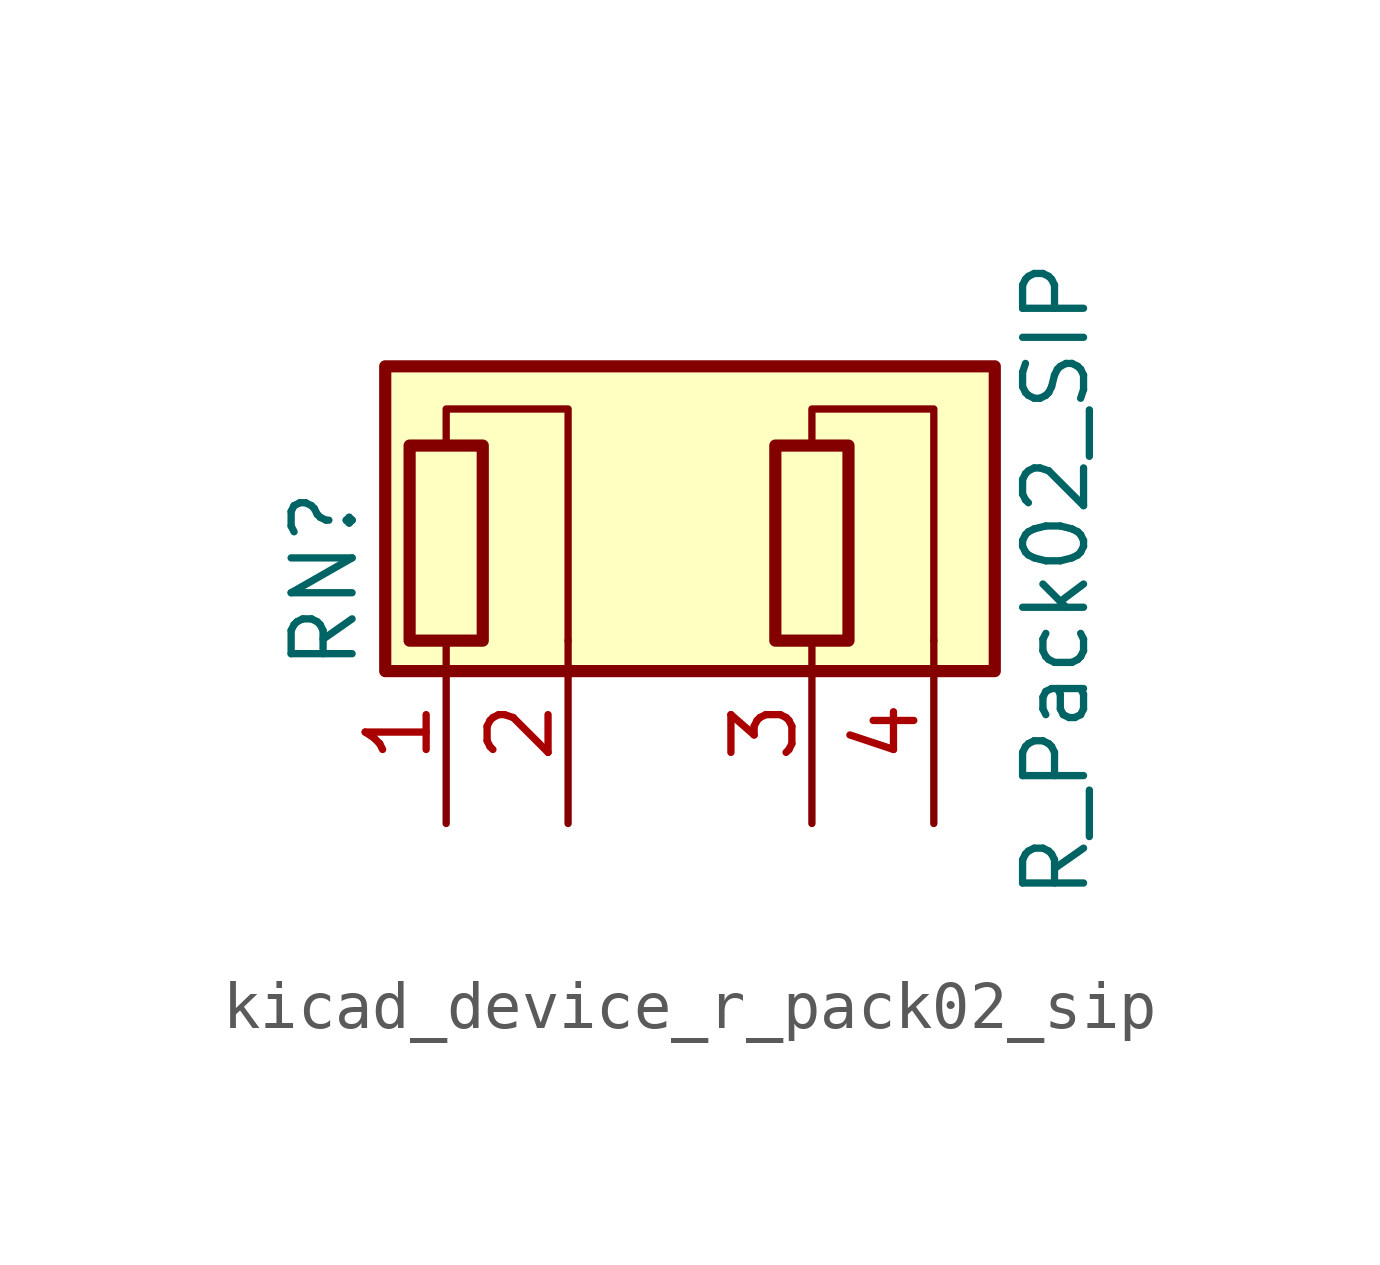
<source format=kicad_sym>
(kicad_symbol_lib
  (version 20220914)
  (generator kicad_symbol_editor)
  (symbol "kicad_device_r_pack02_sip"
    (pin_names
      (offset 0) hide)
    (property "Reference" "RN"
      (at -7.62 0 90)
      (effects (font (size 1.27 1.27))))
    (property "Value" "R_Pack02_SIP"
      (at 7.62 0 90)
      (effects (font (size 1.27 1.27))))
    (symbol "kicad_device_r_pack02_sip_0_1"
      (rectangle (start -6.35 -1.905) (end 6.35 4.445) (stroke (width 0.254) (type default)) (fill (type background)))
      (rectangle (start -5.842 2.794) (end -4.318 -1.27) (stroke (width 0.254) (type default)) (fill (type none)))
      (polyline (pts (xy -5.08 2.794) (xy -5.08 3.556) (xy -2.54 3.556) (xy -2.54 -1.27)) (stroke (width 0) (type default)) (fill (type none)))
      (polyline (pts (xy 2.54 2.794) (xy 2.54 3.556) (xy 5.08 3.556) (xy 5.08 -1.27)) (stroke (width 0) (type default)) (fill (type none)))
      (rectangle (start 1.778 2.794) (end 3.302 -1.27) (stroke (width 0.254) (type default)) (fill (type none))))
    (symbol "kicad_device_r_pack02_sip_1_1"
      (pin passive line (at -5.08 -5.08 90) (length 3.81) (name "R1.1" (effects (font (size 1.27 1.27)))) (number "1" (effects (font (size 1.27 1.27)))))
      (pin passive line (at -2.54 -5.08 90) (length 3.81) (name "R1.2" (effects (font (size 1.27 1.27)))) (number "2" (effects (font (size 1.27 1.27)))))
      (pin passive line (at 2.54 -5.08 90) (length 3.81) (name "R2.1" (effects (font (size 1.27 1.27)))) (number "3" (effects (font (size 1.27 1.27)))))
      (pin passive line (at 5.08 -5.08 90) (length 3.81) (name "R2.2" (effects (font (size 1.27 1.27)))) (number "4" (effects (font (size 1.27 1.27))))))))
</source>
